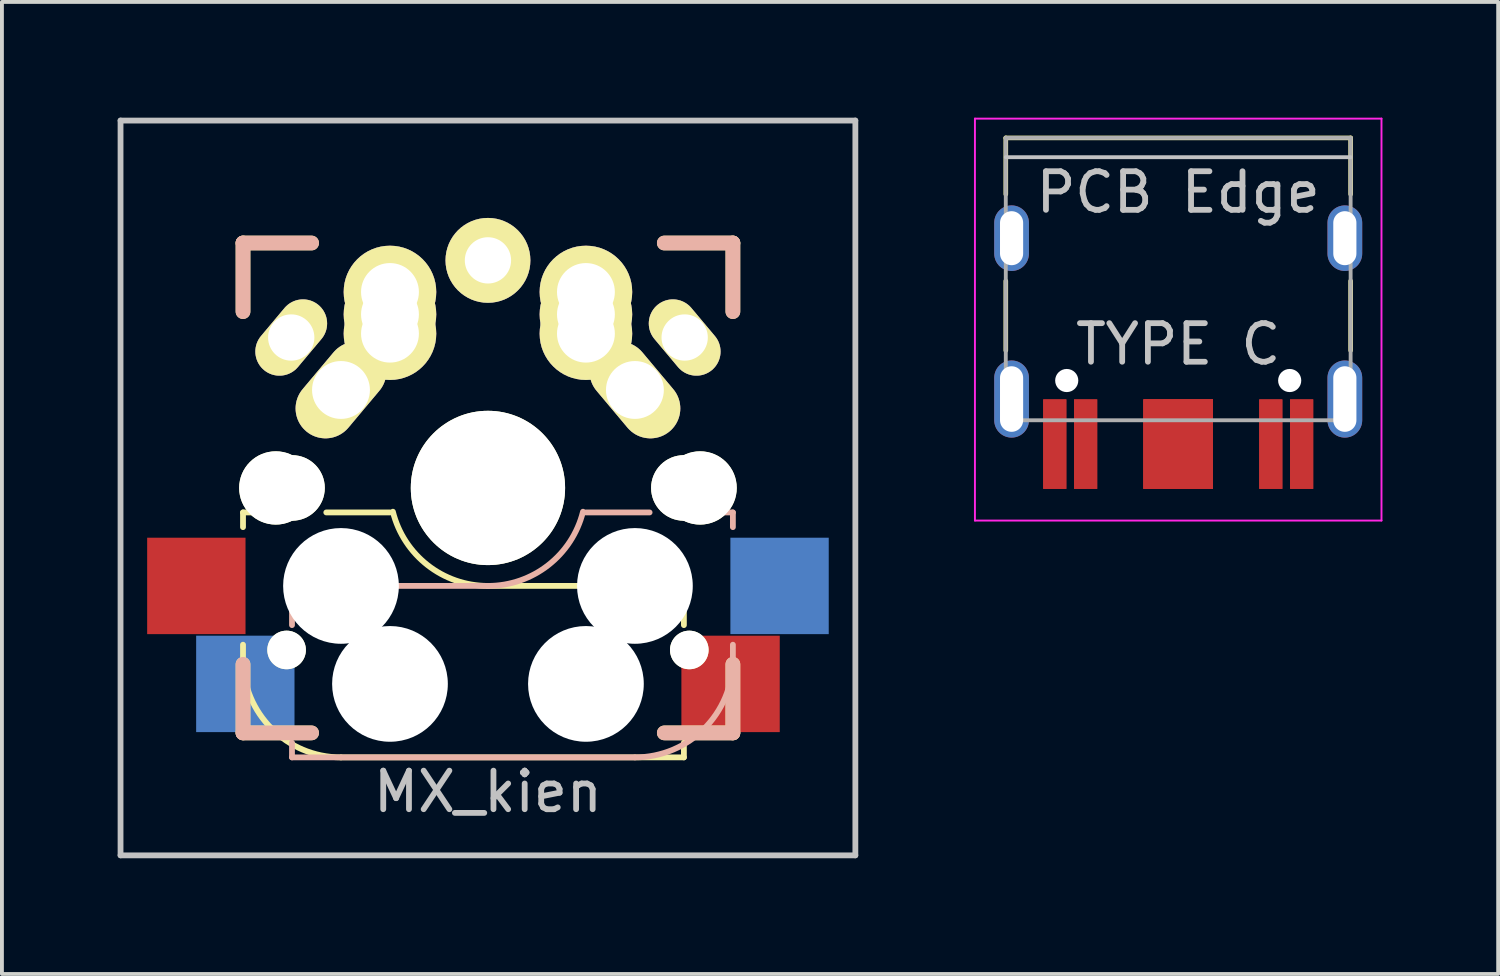
<source format=kicad_pcb>
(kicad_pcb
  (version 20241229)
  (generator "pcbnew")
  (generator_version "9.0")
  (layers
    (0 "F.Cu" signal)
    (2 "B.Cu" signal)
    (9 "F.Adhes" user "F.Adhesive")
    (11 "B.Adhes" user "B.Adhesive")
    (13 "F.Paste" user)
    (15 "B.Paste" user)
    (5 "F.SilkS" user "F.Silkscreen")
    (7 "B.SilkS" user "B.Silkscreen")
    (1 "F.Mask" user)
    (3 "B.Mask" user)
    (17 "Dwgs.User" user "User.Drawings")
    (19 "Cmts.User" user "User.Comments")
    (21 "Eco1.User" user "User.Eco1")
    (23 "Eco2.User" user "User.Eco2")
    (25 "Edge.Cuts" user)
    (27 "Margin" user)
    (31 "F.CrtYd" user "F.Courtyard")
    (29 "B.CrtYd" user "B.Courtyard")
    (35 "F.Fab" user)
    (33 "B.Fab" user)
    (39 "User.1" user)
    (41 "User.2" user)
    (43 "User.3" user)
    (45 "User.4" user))
  (footprint "TYPE C"
    (layer "F.Cu")
    (at 27.495 5.365)
    (property "Reference" "TYPE C" (at 0 0.508 0) (layer "Dwgs.User") (effects (font (size 1 1) (thickness 0.15))))
    (attr through_hole)
    (fp_line (start -4.47 -4.84) (end -4.47 -3.38) (stroke (width 0.12) (type solid)) (layer "F.SilkS"))
    (fp_line (start -4.47 -4.84) (end 4.47 -4.84) (stroke (width 0.12) (type solid)) (layer "F.SilkS"))
    (fp_line (start -4.47 0.67) (end -4.47 -1.13) (stroke (width 0.12) (type solid)) (layer "F.SilkS"))
    (fp_line (start 4.47 -4.84) (end 4.47 -3.38) (stroke (width 0.12) (type solid)) (layer "F.SilkS"))
    (fp_line (start 4.47 0.67) (end 4.47 -1.13) (stroke (width 0.12) (type solid)) (layer "F.SilkS"))
    (fp_line (start 4.47 -4.34) (end -4.47 -4.34) (stroke (width 0.1) (type solid)) (layer "Dwgs.User"))
    (fp_line (start -5.27 -5.34) (end -5.27 5.08) (stroke (width 0.05) (type solid)) (layer "F.CrtYd"))
    (fp_line (start -5.27 -5.34) (end 5.27 -5.34) (stroke (width 0.05) (type solid)) (layer "F.CrtYd"))
    (fp_line (start -5.27 5.08) (end 5.27 5.08) (stroke (width 0.05) (type solid)) (layer "F.CrtYd"))
    (fp_line (start 5.27 5.08) (end 5.27 -5.34) (stroke (width 0.05) (type solid)) (layer "F.CrtYd"))
    (fp_line (start -4.47 -4.84) (end 4.47 -4.84) (stroke (width 0.1) (type solid)) (layer "F.Fab"))
    (fp_line (start -4.47 2.48) (end -4.47 -4.84) (stroke (width 0.1) (type solid)) (layer "F.Fab"))
    (fp_line (start 4.47 2.48) (end -4.47 2.48) (stroke (width 0.1) (type solid)) (layer "F.Fab"))
    (fp_line (start 4.47 2.48) (end 4.47 -4.84) (stroke (width 0.1) (type solid)) (layer "F.Fab"))
    (fp_text user "PCB Edge" (at 0 -3.43 180) (layer "Dwgs.User") (effects (font (size 1 1) (thickness 0.15))))
    (pad "" np_thru_hole circle (at -2.89 1.45) (size 0.6 0.6) (drill 0.6) (layers "*.Cu" "*.Mask"))
    (pad "" np_thru_hole circle (at 2.89 1.45) (size 0.6 0.6) (drill 0.6) (layers "*.Cu" "*.Mask"))
    (pad "A1" smd rect (at 3.2 3.099 180) (size 0.6 2.32) (layers "F.Cu" "F.Mask" "F.Paste"))
    (pad "A4" smd rect (at 2.4 3.099 180) (size 0.6 2.32) (layers "F.Cu" "F.Mask" "F.Paste"))
    (pad "A6" smd rect (at 0 3.099) (size 1.8 2.32) (layers "F.Cu" "F.Mask" "F.Paste"))
    (pad "A7" smd rect (at 0 3.099) (size 1.8 2.32) (layers "F.Cu" "F.Mask" "F.Paste"))
    (pad "A9" smd rect (at -2.4 3.099 180) (size 0.6 2.32) (layers "F.Cu" "F.Mask" "F.Paste"))
    (pad "A12" smd rect (at -3.2 3.099 180) (size 0.6 2.32) (layers "F.Cu" "F.Mask" "F.Paste"))
    (pad "B1" smd rect (at -3.2 3.099 180) (size 0.6 2.32) (layers "F.Cu" "F.Mask" "F.Paste"))
    (pad "B4" smd rect (at -2.4 3.099 180) (size 0.6 2.32) (layers "F.Cu" "F.Mask" "F.Paste"))
    (pad "B6" smd rect (at 0 3.099) (size 1.8 2.32) (layers "F.Cu" "F.Mask" "F.Paste"))
    (pad "B7" smd rect (at 0 3.099) (size 1.8 2.32) (layers "F.Cu" "F.Mask" "F.Paste"))
    (pad "B9" smd rect (at 2.4 3.099 180) (size 0.6 2.32) (layers "F.Cu" "F.Mask" "F.Paste"))
    (pad "B12" smd rect (at 3.2 3.099 180) (size 0.6 2.32) (layers "F.Cu" "F.Mask" "F.Paste"))
    (pad "S1" thru_hole oval (at -4.32 -2.24 270) (size 1.7 0.9) (drill oval 1.4 0.6) (layers "*.Cu" "*.Mask"))
    (pad "S1" thru_hole oval (at -4.32 1.93 270) (size 2 0.9) (drill oval 1.7 0.6) (layers "*.Cu" "*.Mask"))
    (pad "S1" thru_hole oval (at 4.32 -2.24 270) (size 1.7 0.9) (drill oval 1.4 0.6) (layers "*.Cu" "*.Mask"))
    (pad "S1" thru_hole oval (at 4.32 1.93 270) (size 2 0.9) (drill oval 1.7 0.6) (layers "*.Cu" "*.Mask")))
  (footprint "MX_kien"
    (layer "F.Cu")
    (at 9.6 9.6)
    (property "Reference" "MX_kien" (at 0 7.874 0) (layer "Dwgs.User") (effects (font (size 1 1) (thickness 0.15))))
    (attr through_hole)
    (fp_line (start -6.35 -6.35) (end -4.572 -6.35) (stroke (width 0.381) (type solid)) (layer "F.SilkS"))
    (fp_line (start -6.35 -4.572) (end -6.35 -6.35) (stroke (width 0.381) (type solid)) (layer "F.SilkS"))
    (fp_line (start -6.35 0.635) (end -5.969 0.635) (stroke (width 0.15) (type solid)) (layer "F.SilkS"))
    (fp_line (start -6.35 1.016) (end -6.35 0.635) (stroke (width 0.15) (type solid)) (layer "F.SilkS"))
    (fp_line (start -6.35 4.445) (end -6.35 4.064) (stroke (width 0.15) (type solid)) (layer "F.SilkS"))
    (fp_line (start -6.35 6.35) (end -6.35 4.572) (stroke (width 0.381) (type solid)) (layer "F.SilkS"))
    (fp_line (start -4.572 6.35) (end -6.35 6.35) (stroke (width 0.381) (type solid)) (layer "F.SilkS"))
    (fp_line (start -4.191 0.635) (end -2.54 0.635) (stroke (width 0.15) (type solid)) (layer "F.SilkS"))
    (fp_line (start 0 2.54) (end 5.08 2.54) (stroke (width 0.15) (type solid)) (layer "F.SilkS"))
    (fp_line (start 4.572 -6.35) (end 6.35 -6.35) (stroke (width 0.381) (type solid)) (layer "F.SilkS"))
    (fp_line (start 5.08 2.54) (end 5.08 3.556) (stroke (width 0.15) (type solid)) (layer "F.SilkS"))
    (fp_line (start 5.08 6.604) (end 5.08 6.985) (stroke (width 0.15) (type solid)) (layer "F.SilkS"))
    (fp_line (start 5.08 6.985) (end -3.81 6.985) (stroke (width 0.15) (type solid)) (layer "F.SilkS"))
    (fp_line (start 6.35 -6.35) (end 6.35 -4.572) (stroke (width 0.381) (type solid)) (layer "F.SilkS"))
    (fp_line (start 6.35 4.572) (end 6.35 6.35) (stroke (width 0.381) (type solid)) (layer "F.SilkS"))
    (fp_line (start 6.35 6.35) (end 4.572 6.35) (stroke (width 0.381) (type solid)) (layer "F.SilkS"))
    (fp_arc (start -3.81 6.985) (mid -5.606051 6.241051) (end -6.35 4.445) (stroke (width 0.15) (type solid)) (layer "F.SilkS"))
    (fp_arc (start 0 2.54) (mid -1.563147 2.002042) (end -2.464162 0.61604) (stroke (width 0.15) (type solid)) (layer "F.SilkS"))
    (fp_line (start -6.35 -6.35) (end -6.35 -4.572) (stroke (width 0.381) (type solid)) (layer "B.SilkS"))
    (fp_line (start -6.35 4.572) (end -6.35 6.35) (stroke (width 0.381) (type solid)) (layer "B.SilkS"))
    (fp_line (start -6.35 6.35) (end -4.572 6.35) (stroke (width 0.381) (type solid)) (layer "B.SilkS"))
    (fp_line (start -5.08 2.54) (end -5.08 3.556) (stroke (width 0.15) (type solid)) (layer "B.SilkS"))
    (fp_line (start -5.08 6.604) (end -5.08 6.985) (stroke (width 0.15) (type solid)) (layer "B.SilkS"))
    (fp_line (start -5.08 6.985) (end 3.81 6.985) (stroke (width 0.15) (type solid)) (layer "B.SilkS"))
    (fp_line (start -4.572 -6.35) (end -6.35 -6.35) (stroke (width 0.381) (type solid)) (layer "B.SilkS"))
    (fp_line (start 0 2.54) (end -5.08 2.54) (stroke (width 0.15) (type solid)) (layer "B.SilkS"))
    (fp_line (start 4.191 0.635) (end 2.54 0.635) (stroke (width 0.15) (type solid)) (layer "B.SilkS"))
    (fp_line (start 4.572 6.35) (end 6.35 6.35) (stroke (width 0.381) (type solid)) (layer "B.SilkS"))
    (fp_line (start 6.35 -6.35) (end 4.572 -6.35) (stroke (width 0.381) (type solid)) (layer "B.SilkS"))
    (fp_line (start 6.35 -4.572) (end 6.35 -6.35) (stroke (width 0.381) (type solid)) (layer "B.SilkS"))
    (fp_line (start 6.35 0.635) (end 5.969 0.635) (stroke (width 0.15) (type solid)) (layer "B.SilkS"))
    (fp_line (start 6.35 1.016) (end 6.35 0.635) (stroke (width 0.15) (type solid)) (layer "B.SilkS"))
    (fp_line (start 6.35 4.445) (end 6.35 4.064) (stroke (width 0.15) (type solid)) (layer "B.SilkS"))
    (fp_line (start 6.35 6.35) (end 6.35 4.572) (stroke (width 0.381) (type solid)) (layer "B.SilkS"))
    (fp_arc (start 2.464162 0.61604) (mid 1.563147 2.002042) (end 0 2.54) (stroke (width 0.15) (type solid)) (layer "B.SilkS"))
    (fp_arc (start 6.35 4.445) (mid 5.606051 6.241051) (end 3.81 6.985) (stroke (width 0.15) (type solid)) (layer "B.SilkS"))
    (fp_line (start -9.525 9.525) (end -9.525 -9.525) (stroke (width 0.15) (type solid)) (layer "Dwgs.User"))
    (fp_line (start -9.525 9.525) (end 9.525 9.525) (stroke (width 0.15) (type solid)) (layer "Dwgs.User"))
    (fp_line (start 9.525 -9.525) (end -9.525 -9.525) (stroke (width 0.15) (type solid)) (layer "Dwgs.User"))
    (fp_line (start 9.525 9.525) (end 9.525 -9.525) (stroke (width 0.15) (type solid)) (layer "Dwgs.User"))
    (fp_line (start -7.798 -6.005) (end -7.798 -2.504) (stroke (width 0.152) (type solid)) (layer "Eco2.User"))
    (fp_line (start -7.798 -6.005) (end -6.985 -6.005) (stroke (width 0.152) (type solid)) (layer "Eco2.User"))
    (fp_line (start -7.798 -2.504) (end -7.798 -6.005) (stroke (width 0.152) (type solid)) (layer "Eco2.User"))
    (fp_line (start -7.798 -2.504) (end -6.985 -2.504) (stroke (width 0.152) (type solid)) (layer "Eco2.User"))
    (fp_line (start -7.798 2.504) (end -7.798 6.005) (stroke (width 0.152) (type solid)) (layer "Eco2.User"))
    (fp_line (start -7.798 2.504) (end -6.985 2.504) (stroke (width 0.152) (type solid)) (layer "Eco2.User"))
    (fp_line (start -7.798 6.005) (end -7.798 2.504) (stroke (width 0.152) (type solid)) (layer "Eco2.User"))
    (fp_line (start -7.798 6.005) (end -6.985 6.005) (stroke (width 0.152) (type solid)) (layer "Eco2.User"))
    (fp_line (start -6.985 -6.985) (end -6.985 -6.005) (stroke (width 0.152) (type solid)) (layer "Eco2.User"))
    (fp_line (start -6.985 -6.985) (end 6.985 -6.985) (stroke (width 0.152) (type solid)) (layer "Eco2.User"))
    (fp_line (start -6.985 -6.005) (end -7.798 -6.005) (stroke (width 0.152) (type solid)) (layer "Eco2.User"))
    (fp_line (start -6.985 -6.005) (end -6.985 -6.985) (stroke (width 0.152) (type solid)) (layer "Eco2.User"))
    (fp_line (start -6.985 -2.504) (end -7.798 -2.504) (stroke (width 0.152) (type solid)) (layer "Eco2.User"))
    (fp_line (start -6.985 -2.504) (end -6.985 2.504) (stroke (width 0.152) (type solid)) (layer "Eco2.User"))
    (fp_line (start -6.985 2.504) (end -7.798 2.504) (stroke (width 0.152) (type solid)) (layer "Eco2.User"))
    (fp_line (start -6.985 2.504) (end -6.985 -2.504) (stroke (width 0.152) (type solid)) (layer "Eco2.User"))
    (fp_line (start -6.985 6.005) (end -7.798 6.005) (stroke (width 0.152) (type solid)) (layer "Eco2.User"))
    (fp_line (start -6.985 6.005) (end -6.985 6.985) (stroke (width 0.152) (type solid)) (layer "Eco2.User"))
    (fp_line (start -6.985 6.985) (end -6.985 6.005) (stroke (width 0.152) (type solid)) (layer "Eco2.User"))
    (fp_line (start -6.985 6.985) (end 6.985 6.985) (stroke (width 0.152) (type solid)) (layer "Eco2.User"))
    (fp_line (start 6.985 -6.985) (end -6.985 -6.985) (stroke (width 0.152) (type solid)) (layer "Eco2.User"))
    (fp_line (start 6.985 -6.985) (end 6.985 -6.005) (stroke (width 0.152) (type solid)) (layer "Eco2.User"))
    (fp_line (start 6.985 -6.005) (end 6.985 -6.985) (stroke (width 0.152) (type solid)) (layer "Eco2.User"))
    (fp_line (start 6.985 -6.005) (end 7.798 -6.005) (stroke (width 0.152) (type solid)) (layer "Eco2.User"))
    (fp_line (start 6.985 -2.504) (end 6.985 2.504) (stroke (width 0.152) (type solid)) (layer "Eco2.User"))
    (fp_line (start 6.985 -2.504) (end 7.798 -2.504) (stroke (width 0.152) (type solid)) (layer "Eco2.User"))
    (fp_line (start 6.985 2.504) (end 6.985 -2.504) (stroke (width 0.152) (type solid)) (layer "Eco2.User"))
    (fp_line (start 6.985 2.504) (end 7.798 2.504) (stroke (width 0.152) (type solid)) (layer "Eco2.User"))
    (fp_line (start 6.985 2.504) (end 7.798 2.504) (stroke (width 0.152) (type solid)) (layer "Eco2.User"))
    (fp_line (start 6.985 6.005) (end 6.985 6.985) (stroke (width 0.152) (type solid)) (layer "Eco2.User"))
    (fp_line (start 6.985 6.985) (end -6.985 6.985) (stroke (width 0.152) (type solid)) (layer "Eco2.User"))
    (fp_line (start 6.985 6.985) (end 6.985 6.005) (stroke (width 0.152) (type solid)) (layer "Eco2.User"))
    (fp_line (start 7.798 -6.005) (end 6.985 -6.005) (stroke (width 0.152) (type solid)) (layer "Eco2.User"))
    (fp_line (start 7.798 -6.005) (end 7.798 -2.504) (stroke (width 0.152) (type solid)) (layer "Eco2.User"))
    (fp_line (start 7.798 -2.504) (end 6.985 -2.504) (stroke (width 0.152) (type solid)) (layer "Eco2.User"))
    (fp_line (start 7.798 -2.504) (end 7.798 -6.005) (stroke (width 0.152) (type solid)) (layer "Eco2.User"))
    (fp_line (start 7.798 2.504) (end 7.798 6.005) (stroke (width 0.152) (type solid)) (layer "Eco2.User"))
    (fp_line (start 7.798 2.504) (end 7.798 6.005) (stroke (width 0.152) (type solid)) (layer "Eco2.User"))
    (fp_line (start 7.798 6.005) (end 6.985 6.005) (stroke (width 0.152) (type solid)) (layer "Eco2.User"))
    (fp_line (start 7.798 6.005) (end 6.985 6.005) (stroke (width 0.152) (type solid)) (layer "Eco2.User"))
    (fp_text user " " (at -5.08 -5.08 0) (layer "Dwgs.User") (effects (font (size 1 1) (thickness 0.15))))
    (fp_text user " " (at -5.08 5.08 0) (layer "Dwgs.User") (effects (font (size 1 1) (thickness 0.15))))
    (fp_text user " " (at 5.08 5.08 180) (layer "Dwgs.User") (effects (font (size 1 1) (thickness 0.15))))
    (fp_text user "1u" (at 0 0 180) (layer "F.Fab") (effects (font (size 1 1) (thickness 0.15))))
    (fp_text user "1u" (at 0 0 0) (layer "F.Fab") (effects (font (size 1 1) (thickness 0.15))))
    (pad "" np_thru_hole circle (at -5.5 0 90) (size 1.9 1.9) (drill 1.9) (layers "*.Cu" "*.Mask" "F.SilkS"))
    (pad "" np_thru_hole circle (at -5.22 4.2) (size 1 1) (drill 1) (layers "*.Cu" "*.Mask" "F.SilkS"))
    (pad "" np_thru_hole circle (at -5.08 0) (size 1.7 1.7) (drill 1.7) (layers "*.Cu" "*.Mask" "F.SilkS"))
    (pad "" np_thru_hole circle (at -3.81 2.54) (size 3 3) (drill 3) (layers "*.Cu" "*.Mask"))
    (pad "" np_thru_hole circle (at -2.54 5.08 180) (size 3 3) (drill 3) (layers "*.Cu" "*.Mask"))
    (pad "" np_thru_hole circle (at 0 0 90) (size 4 4) (drill 4) (layers "*.Cu" "*.Mask" "F.SilkS"))
    (pad "" np_thru_hole circle (at 2.54 5.08) (size 3 3) (drill 3) (layers "*.Cu" "*.Mask"))
    (pad "" np_thru_hole circle (at 3.81 2.54 180) (size 3 3) (drill 3) (layers "*.Cu" "*.Mask"))
    (pad "" np_thru_hole circle (at 5.08 0) (size 1.7 1.7) (drill 1.7) (layers "*.Cu" "*.Mask" "F.SilkS"))
    (pad "" np_thru_hole circle (at 5.22 4.2) (size 1 1) (drill 1) (layers "*.Cu" "*.Mask" "F.SilkS"))
    (pad "" np_thru_hole circle (at 5.5 0 90) (size 1.9 1.9) (drill 1.9) (layers "*.Cu" "*.Mask" "F.SilkS"))
    (pad "1" thru_hole circle (at 0 -5.9 90) (size 2.2 2.2) (drill 1.2) (layers "*.Cu" "*.Mask" "F.SilkS"))
    (pad "1" thru_hole circle (at 2.54 -5.08) (size 2.4 2.4) (drill 1.5) (layers "*.Cu" "*.Mask" "F.SilkS"))
    (pad "1" thru_hole circle (at 2.54 -4.5) (size 2.4 2.4) (drill 1.5) (layers "*.Cu" "*.Mask" "F.SilkS"))
    (pad "1" thru_hole circle (at 2.54 -4) (size 2.4 2.4) (drill 1.5) (layers "*.Cu" "*.Mask" "F.SilkS"))
    (pad "1" thru_hole oval (at 3.81 -2.54 310) (size 2.8 1.55) (drill 1.5) (layers "*.Cu" "*.Mask" "F.SilkS"))
    (pad "1" smd rect (at 6.29 5.08) (size 2.55 2.5) (layers "F.Cu" "F.Mask" "F.Paste"))
    (pad "1" smd rect (at 7.56 2.54 180) (size 2.55 2.5) (layers "B.Cu" "B.Mask" "B.Paste"))
    (pad "2" smd rect (at -7.56 2.54) (size 2.55 2.5) (layers "F.Cu" "F.Mask" "F.Paste"))
    (pad "2" smd rect (at -6.29 5.08 180) (size 2.55 2.5) (layers "B.Cu" "B.Mask" "B.Paste"))
    (pad "2" thru_hole oval (at -5.1 -3.9 50) (size 2.2 1.25) (drill 1.2) (layers "*.Cu" "*.Mask" "F.SilkS"))
    (pad "2" thru_hole oval (at -3.81 -2.54 50) (size 2.8 1.55) (drill 1.5) (layers "*.Cu" "*.Mask" "F.SilkS"))
    (pad "2" thru_hole circle (at -2.54 -5.08) (size 2.4 2.4) (drill 1.5) (layers "*.Cu" "*.Mask" "F.SilkS"))
    (pad "2" thru_hole circle (at -2.54 -4.5) (size 2.4 2.4) (drill 1.5) (layers "*.Cu" "*.Mask" "F.SilkS"))
    (pad "2" thru_hole circle (at -2.54 -4) (size 2.4 2.4) (drill 1.5) (layers "*.Cu" "*.Mask" "F.SilkS"))
    (pad "2" thru_hole oval (at 5.1 -3.9 310) (size 2.2 1.25) (drill 1.2) (layers "*.Cu" "*.Mask" "F.SilkS")))
  (gr_rect
    (start -3 -3)
    (end 35.79 22.2)
    (stroke (width 0.1) (type default))
    (fill no)
    (layer "Edge.Cuts")))
</source>
